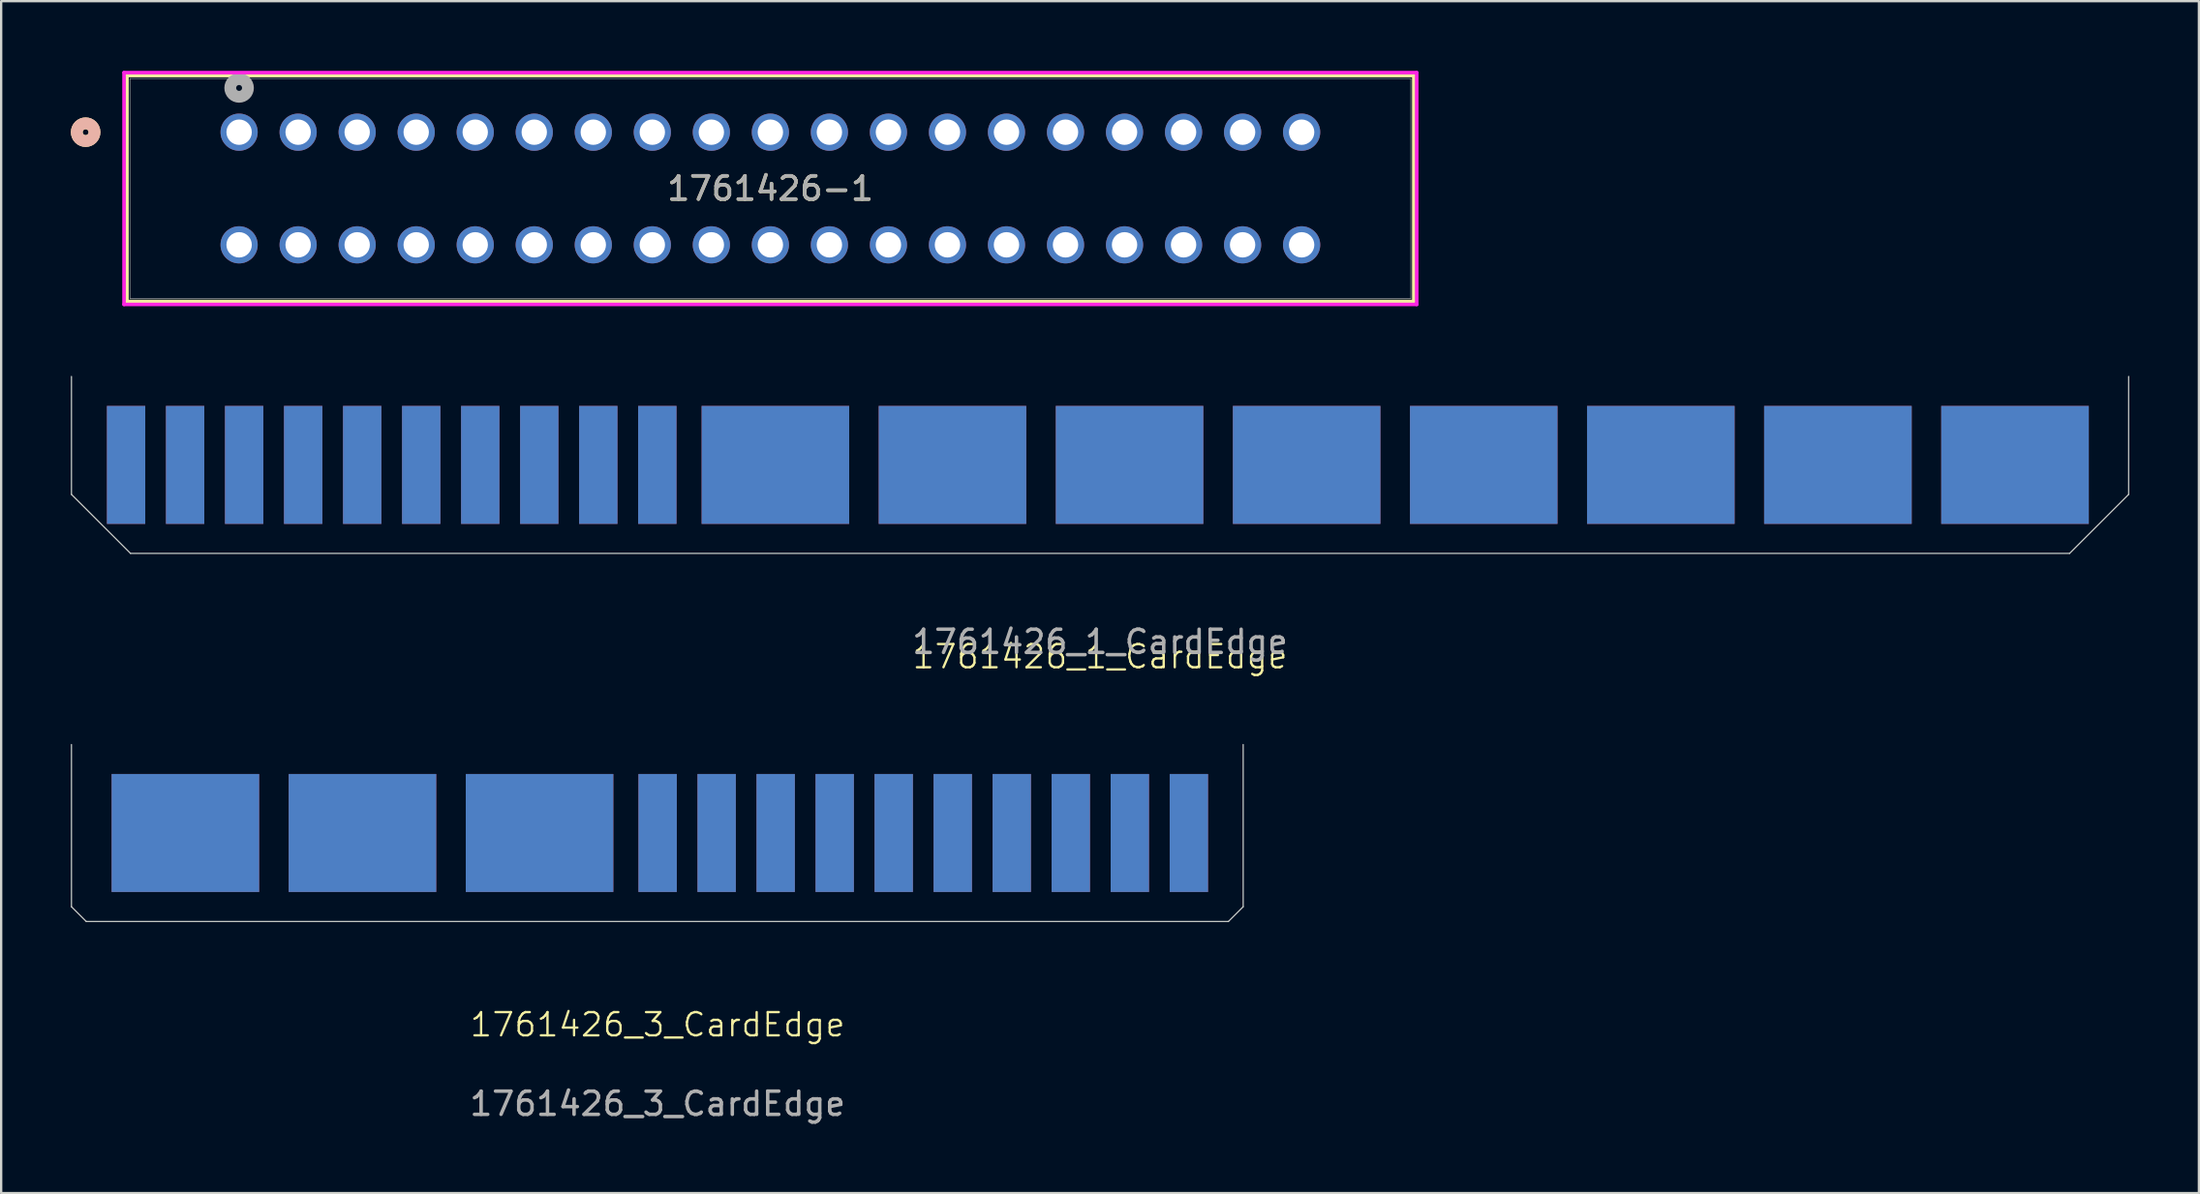
<source format=kicad_pcb>
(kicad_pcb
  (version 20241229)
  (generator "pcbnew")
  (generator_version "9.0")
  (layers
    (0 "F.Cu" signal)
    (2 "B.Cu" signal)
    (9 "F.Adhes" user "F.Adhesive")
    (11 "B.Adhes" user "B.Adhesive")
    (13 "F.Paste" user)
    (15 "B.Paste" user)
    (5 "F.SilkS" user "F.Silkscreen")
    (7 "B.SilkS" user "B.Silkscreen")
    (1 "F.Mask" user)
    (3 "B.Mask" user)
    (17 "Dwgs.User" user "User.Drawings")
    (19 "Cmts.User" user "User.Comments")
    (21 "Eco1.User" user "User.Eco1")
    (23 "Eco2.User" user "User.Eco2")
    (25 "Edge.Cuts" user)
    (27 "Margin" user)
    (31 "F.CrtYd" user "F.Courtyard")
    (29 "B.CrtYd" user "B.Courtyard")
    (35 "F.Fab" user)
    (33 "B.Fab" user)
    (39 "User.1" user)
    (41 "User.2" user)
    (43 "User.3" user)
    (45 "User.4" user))
  (footprint "1761426-1"
    (layer "F.Cu")
    (at 7.239 2.642)
    (property "Reference" "1761426-1" (at 22.86 2.426 0) (unlocked yes) (layer "F.SilkS") (effects (font (size 1 1) (thickness 0.15))))
    (attr through_hole)
    (fp_line (start -4.826 -2.438) (end -4.826 7.29) (stroke (width 0.152) (type solid)) (layer "F.SilkS"))
    (fp_line (start -4.826 7.29) (end 50.546 7.29) (stroke (width 0.152) (type solid)) (layer "F.SilkS"))
    (fp_line (start 50.546 -2.438) (end -4.826 -2.438) (stroke (width 0.152) (type solid)) (layer "F.SilkS"))
    (fp_line (start 50.546 7.29) (end 50.546 -2.438) (stroke (width 0.152) (type solid)) (layer "F.SilkS"))
    (fp_circle (center -6.604 0) (end -6.223 0) (stroke (width 0.508) (type solid)) (fill no) (layer "F.SilkS"))
    (fp_circle (center -6.604 0) (end -6.223 0) (stroke (width 0.508) (type solid)) (fill no) (layer "B.SilkS"))
    (fp_line (start -4.953 -2.565) (end -4.953 7.417) (stroke (width 0.152) (type solid)) (layer "F.CrtYd"))
    (fp_line (start -4.953 7.417) (end 50.673 7.417) (stroke (width 0.152) (type solid)) (layer "F.CrtYd"))
    (fp_line (start 50.673 -2.565) (end -4.953 -2.565) (stroke (width 0.152) (type solid)) (layer "F.CrtYd"))
    (fp_line (start 50.673 7.417) (end 50.673 -2.565) (stroke (width 0.152) (type solid)) (layer "F.CrtYd"))
    (fp_line (start -4.699 -2.311) (end -4.699 7.163) (stroke (width 0.025) (type solid)) (layer "F.Fab"))
    (fp_line (start -4.699 7.163) (end 50.419 7.163) (stroke (width 0.025) (type solid)) (layer "F.Fab"))
    (fp_line (start 50.419 -2.311) (end -4.699 -2.311) (stroke (width 0.025) (type solid)) (layer "F.Fab"))
    (fp_line (start 50.419 7.163) (end 50.419 -2.311) (stroke (width 0.025) (type solid)) (layer "F.Fab"))
    (fp_circle (center 0 -1.905) (end 0.381 -1.905) (stroke (width 0.508) (type solid)) (fill no) (layer "F.Fab"))
    (fp_text user "${REFERENCE}" (at 22.86 2.426 0) (unlocked yes) (layer "F.Fab") (effects (font (size 1 1) (thickness 0.15))))
    (pad "1" thru_hole circle (at 0 0) (size 1.6 1.6) (drill 1.092) (layers "*.Cu" "*.Mask"))
    (pad "2" thru_hole circle (at 2.54 0) (size 1.6 1.6) (drill 1.092) (layers "*.Cu" "*.Mask"))
    (pad "3" thru_hole circle (at 5.08 0) (size 1.6 1.6) (drill 1.092) (layers "*.Cu" "*.Mask"))
    (pad "4" thru_hole circle (at 7.62 0) (size 1.6 1.6) (drill 1.092) (layers "*.Cu" "*.Mask"))
    (pad "5" thru_hole circle (at 10.16 0) (size 1.6 1.6) (drill 1.092) (layers "*.Cu" "*.Mask"))
    (pad "6" thru_hole circle (at 12.7 0) (size 1.6 1.6) (drill 1.092) (layers "*.Cu" "*.Mask"))
    (pad "7" thru_hole circle (at 15.24 0) (size 1.6 1.6) (drill 1.092) (layers "*.Cu" "*.Mask"))
    (pad "8" thru_hole circle (at 17.78 0) (size 1.6 1.6) (drill 1.092) (layers "*.Cu" "*.Mask"))
    (pad "9" thru_hole circle (at 20.32 0) (size 1.6 1.6) (drill 1.092) (layers "*.Cu" "*.Mask"))
    (pad "10" thru_hole circle (at 22.86 0) (size 1.6 1.6) (drill 1.092) (layers "*.Cu" "*.Mask"))
    (pad "11" thru_hole circle (at 25.4 0) (size 1.6 1.6) (drill 1.092) (layers "*.Cu" "*.Mask"))
    (pad "12" thru_hole circle (at 27.94 0) (size 1.6 1.6) (drill 1.092) (layers "*.Cu" "*.Mask"))
    (pad "13" thru_hole circle (at 30.48 0) (size 1.6 1.6) (drill 1.092) (layers "*.Cu" "*.Mask"))
    (pad "14" thru_hole circle (at 33.02 0) (size 1.6 1.6) (drill 1.092) (layers "*.Cu" "*.Mask"))
    (pad "15" thru_hole circle (at 35.56 0) (size 1.6 1.6) (drill 1.092) (layers "*.Cu" "*.Mask"))
    (pad "16" thru_hole circle (at 38.1 0) (size 1.6 1.6) (drill 1.092) (layers "*.Cu" "*.Mask"))
    (pad "17" thru_hole circle (at 40.64 0) (size 1.6 1.6) (drill 1.092) (layers "*.Cu" "*.Mask"))
    (pad "18" thru_hole circle (at 43.18 0) (size 1.6 1.6) (drill 1.092) (layers "*.Cu" "*.Mask"))
    (pad "19" thru_hole circle (at 45.72 0) (size 1.6 1.6) (drill 1.092) (layers "*.Cu" "*.Mask"))
    (pad "20" thru_hole circle (at 0 4.851) (size 1.6 1.6) (drill 1.092) (layers "*.Cu" "*.Mask"))
    (pad "21" thru_hole circle (at 2.54 4.851) (size 1.6 1.6) (drill 1.092) (layers "*.Cu" "*.Mask"))
    (pad "22" thru_hole circle (at 5.08 4.851) (size 1.6 1.6) (drill 1.092) (layers "*.Cu" "*.Mask"))
    (pad "23" thru_hole circle (at 7.62 4.851) (size 1.6 1.6) (drill 1.092) (layers "*.Cu" "*.Mask"))
    (pad "24" thru_hole circle (at 10.16 4.851) (size 1.6 1.6) (drill 1.092) (layers "*.Cu" "*.Mask"))
    (pad "25" thru_hole circle (at 12.7 4.851) (size 1.6 1.6) (drill 1.092) (layers "*.Cu" "*.Mask"))
    (pad "26" thru_hole circle (at 15.24 4.851) (size 1.6 1.6) (drill 1.092) (layers "*.Cu" "*.Mask"))
    (pad "27" thru_hole circle (at 17.78 4.851) (size 1.6 1.6) (drill 1.092) (layers "*.Cu" "*.Mask"))
    (pad "28" thru_hole circle (at 20.32 4.851) (size 1.6 1.6) (drill 1.092) (layers "*.Cu" "*.Mask"))
    (pad "29" thru_hole circle (at 22.86 4.851) (size 1.6 1.6) (drill 1.092) (layers "*.Cu" "*.Mask"))
    (pad "30" thru_hole circle (at 25.4 4.851) (size 1.6 1.6) (drill 1.092) (layers "*.Cu" "*.Mask"))
    (pad "31" thru_hole circle (at 27.94 4.851) (size 1.6 1.6) (drill 1.092) (layers "*.Cu" "*.Mask"))
    (pad "32" thru_hole circle (at 30.48 4.851) (size 1.6 1.6) (drill 1.092) (layers "*.Cu" "*.Mask"))
    (pad "33" thru_hole circle (at 33.02 4.851) (size 1.6 1.6) (drill 1.092) (layers "*.Cu" "*.Mask"))
    (pad "34" thru_hole circle (at 35.56 4.851) (size 1.6 1.6) (drill 1.092) (layers "*.Cu" "*.Mask"))
    (pad "35" thru_hole circle (at 38.1 4.851) (size 1.6 1.6) (drill 1.092) (layers "*.Cu" "*.Mask"))
    (pad "36" thru_hole circle (at 40.64 4.851) (size 1.6 1.6) (drill 1.092) (layers "*.Cu" "*.Mask"))
    (pad "37" thru_hole circle (at 43.18 4.851) (size 1.6 1.6) (drill 1.092) (layers "*.Cu" "*.Mask"))
    (pad "38" thru_hole circle (at 45.72 4.851) (size 1.6 1.6) (drill 1.092) (layers "*.Cu" "*.Mask")))
  (footprint "1761426_1_CardEdge"
    (layer "F.Cu")
    (at 44.285 20.78)
    (property "Reference" "1761426_1_CardEdge" (at 0 4.445 0) (unlocked yes) (layer "F.SilkS") (effects (font (size 1 1) (thickness 0.1))))
    (fp_line (start -44.26 -2.54) (end -44.26 -7.62) (stroke (width 0.05) (type default)) (layer "Edge.Cuts"))
    (fp_line (start -41.719 0) (end -44.26 -2.54) (stroke (width 0.05) (type default)) (layer "Edge.Cuts"))
    (fp_line (start -41.719 0) (end 41.719 0) (stroke (width 0.05) (type default)) (layer "Edge.Cuts"))
    (fp_line (start 41.719 0) (end 44.26 -2.54) (stroke (width 0.05) (type default)) (layer "Edge.Cuts"))
    (fp_line (start 44.26 -2.54) (end 44.26 -7.62) (stroke (width 0.05) (type default)) (layer "Edge.Cuts"))
    (fp_text user "${REFERENCE}" (at 0 3.81 0) (unlocked yes) (layer "F.Fab") (effects (font (size 1 1) (thickness 0.15))))
    (pad "1" connect rect (at 39.37 -3.81) (size 6.35 5.08) (layers "F.Cu" "F.Mask"))
    (pad "4" connect rect (at 31.75 -3.81) (size 6.35 5.08) (layers "F.Cu" "F.Mask"))
    (pad "7" connect rect (at 24.13 -3.81) (size 6.35 5.08) (layers "F.Cu" "F.Mask"))
    (pad "10" connect rect (at 16.51 -3.81) (size 6.35 5.08) (layers "F.Cu" "F.Mask"))
    (pad "13" connect rect (at 8.89 -3.81) (size 6.35 5.08) (layers "F.Cu" "F.Mask"))
    (pad "16" connect rect (at 1.27 -3.81) (size 6.35 5.08) (layers "F.Cu" "F.Mask"))
    (pad "19" connect rect (at -6.35 -3.81) (size 6.35 5.08) (layers "F.Cu" "F.Mask"))
    (pad "22" connect rect (at -13.97 -3.81) (size 6.35 5.08) (layers "F.Cu" "F.Mask"))
    (pad "25" connect rect (at -19.05 -3.81) (size 1.651 5.08) (layers "F.Cu" "F.Mask"))
    (pad "26" connect rect (at -21.59 -3.81) (size 1.651 5.08) (layers "F.Cu" "F.Mask"))
    (pad "27" connect rect (at -24.13 -3.81) (size 1.651 5.08) (layers "F.Cu" "F.Mask"))
    (pad "28" connect rect (at -26.67 -3.81) (size 1.651 5.08) (layers "F.Cu" "F.Mask"))
    (pad "29" connect rect (at -29.21 -3.81) (size 1.651 5.08) (layers "F.Cu" "F.Mask"))
    (pad "30" connect rect (at -31.75 -3.81) (size 1.651 5.08) (layers "F.Cu" "F.Mask"))
    (pad "31" connect rect (at -34.29 -3.81) (size 1.651 5.08) (layers "F.Cu" "F.Mask"))
    (pad "32" connect rect (at -36.83 -3.81) (size 1.651 5.08) (layers "F.Cu" "F.Mask"))
    (pad "33" connect rect (at -39.37 -3.81) (size 1.651 5.08) (layers "F.Cu" "F.Mask"))
    (pad "34" connect rect (at -41.91 -3.81) (size 1.651 5.08) (layers "F.Cu" "F.Mask"))
    (pad "35" connect rect (at -41.91 -3.81) (size 1.651 5.08) (layers "B.Cu" "B.Mask"))
    (pad "36" connect rect (at -39.37 -3.81) (size 1.651 5.08) (layers "B.Cu" "B.Mask"))
    (pad "37" connect rect (at -36.83 -3.81) (size 1.651 5.08) (layers "B.Cu" "B.Mask"))
    (pad "38" connect rect (at -34.29 -3.81) (size 1.651 5.08) (layers "B.Cu" "B.Mask"))
    (pad "39" connect rect (at -31.75 -3.81) (size 1.651 5.08) (layers "B.Cu" "B.Mask"))
    (pad "40" connect rect (at -29.21 -3.81) (size 1.651 5.08) (layers "B.Cu" "B.Mask"))
    (pad "41" connect rect (at -26.67 -3.81) (size 1.651 5.08) (layers "B.Cu" "B.Mask"))
    (pad "42" connect rect (at -24.13 -3.81) (size 1.651 5.08) (layers "B.Cu" "B.Mask"))
    (pad "43" connect rect (at -21.59 -3.81) (size 1.651 5.08) (layers "B.Cu" "B.Mask"))
    (pad "44" connect rect (at -19.05 -3.81) (size 1.651 5.08) (layers "B.Cu" "B.Mask"))
    (pad "45" connect rect (at -13.97 -3.81) (size 6.35 5.08) (layers "B.Cu" "B.Mask"))
    (pad "48" connect rect (at -6.35 -3.81) (size 6.35 5.08) (layers "B.Cu" "B.Mask"))
    (pad "51" connect rect (at 1.27 -3.81) (size 6.35 5.08) (layers "B.Cu" "B.Mask"))
    (pad "54" connect rect (at 8.89 -3.81) (size 6.35 5.08) (layers "B.Cu" "B.Mask"))
    (pad "57" connect rect (at 16.51 -3.81) (size 6.35 5.08) (layers "B.Cu" "B.Mask"))
    (pad "60" connect rect (at 24.13 -3.81) (size 6.35 5.08) (layers "B.Cu" "B.Mask"))
    (pad "63" connect rect (at 31.75 -3.81) (size 6.35 5.08) (layers "B.Cu" "B.Mask"))
    (pad "66" connect rect (at 39.37 -3.81) (size 6.35 5.08) (layers "B.Cu" "B.Mask")))
  (footprint "1761426_3_CardEdge"
    (layer "F.Cu")
    (at 25.247 36.63)
    (property "Reference" "1761426_3_CardEdge" (at 0 4.445 0) (unlocked yes) (layer "F.SilkS") (effects (font (size 1 1) (thickness 0.1))))
    (fp_line (start -25.222 -0.635) (end -25.222 -7.62) (stroke (width 0.05) (type default)) (layer "Edge.Cuts"))
    (fp_line (start -24.587 0) (end -25.222 -0.635) (stroke (width 0.05) (type default)) (layer "Edge.Cuts"))
    (fp_line (start -24.587 0) (end 24.562 0) (stroke (width 0.05) (type default)) (layer "Edge.Cuts"))
    (fp_line (start 24.562 0) (end 25.197 -0.635) (stroke (width 0.05) (type default)) (layer "Edge.Cuts"))
    (fp_line (start 25.197 -0.635) (end 25.197 -7.62) (stroke (width 0.05) (type default)) (layer "Edge.Cuts"))
    (fp_text user "${REFERENCE}" (at 0 7.85 0) (unlocked yes) (layer "F.Fab") (effects (font (size 1 1) (thickness 0.15))))
    (pad "1" connect rect (at -20.32 -3.81) (size 6.35 5.08) (layers "F.Cu" "F.Mask"))
    (pad "4" connect rect (at -12.7 -3.81) (size 6.35 5.08) (layers "F.Cu" "F.Mask"))
    (pad "7" connect rect (at -5.08 -3.81) (size 6.35 5.08) (layers "F.Cu" "F.Mask"))
    (pad "10" connect rect (at 0 -3.81) (size 1.651 5.08) (layers "F.Cu" "F.Mask"))
    (pad "11" connect rect (at 2.54 -3.81) (size 1.651 5.08) (layers "F.Cu" "F.Mask"))
    (pad "12" connect rect (at 5.08 -3.81) (size 1.651 5.08) (layers "F.Cu" "F.Mask"))
    (pad "13" connect rect (at 7.62 -3.81) (size 1.651 5.08) (layers "F.Cu" "F.Mask"))
    (pad "14" connect rect (at 10.16 -3.81) (size 1.651 5.08) (layers "F.Cu" "F.Mask"))
    (pad "15" connect rect (at 12.7 -3.81) (size 1.651 5.08) (layers "F.Cu" "F.Mask"))
    (pad "16" connect rect (at 15.24 -3.81) (size 1.651 5.08) (layers "F.Cu" "F.Mask"))
    (pad "17" connect rect (at 17.78 -3.81) (size 1.651 5.08) (layers "F.Cu" "F.Mask"))
    (pad "18" connect rect (at 20.32 -3.81) (size 1.651 5.08) (layers "F.Cu" "F.Mask"))
    (pad "19" connect rect (at 22.86 -3.81) (size 1.651 5.08) (layers "F.Cu" "F.Mask"))
    (pad "20" connect rect (at -20.32 -3.81) (size 6.35 5.08) (layers "B.Cu" "B.Mask"))
    (pad "23" connect rect (at -12.7 -3.81) (size 6.35 5.08) (layers "B.Cu" "B.Mask"))
    (pad "26" connect rect (at -5.08 -3.81) (size 6.35 5.08) (layers "B.Cu" "B.Mask"))
    (pad "29" connect rect (at 0 -3.81) (size 1.651 5.08) (layers "B.Cu" "B.Mask"))
    (pad "30" connect rect (at 2.54 -3.81) (size 1.651 5.08) (layers "B.Cu" "B.Mask"))
    (pad "31" connect rect (at 5.08 -3.81) (size 1.651 5.08) (layers "B.Cu" "B.Mask"))
    (pad "32" connect rect (at 7.62 -3.81) (size 1.651 5.08) (layers "B.Cu" "B.Mask"))
    (pad "33" connect rect (at 10.16 -3.81) (size 1.651 5.08) (layers "B.Cu" "B.Mask"))
    (pad "34" connect rect (at 12.7 -3.81) (size 1.651 5.08) (layers "B.Cu" "B.Mask"))
    (pad "35" connect rect (at 15.24 -3.81) (size 1.651 5.08) (layers "B.Cu" "B.Mask"))
    (pad "36" connect rect (at 17.78 -3.81) (size 1.651 5.08) (layers "B.Cu" "B.Mask"))
    (pad "37" connect rect (at 20.32 -3.81) (size 1.651 5.08) (layers "B.Cu" "B.Mask"))
    (pad "38" connect rect (at 22.86 -3.81) (size 1.651 5.08) (layers "B.Cu" "B.Mask")))
  (gr_rect
    (start -3 -3)
    (end 91.569 48.328)
    (stroke (width 0.1) (type default))
    (fill no)
    (layer "Edge.Cuts")))
</source>
